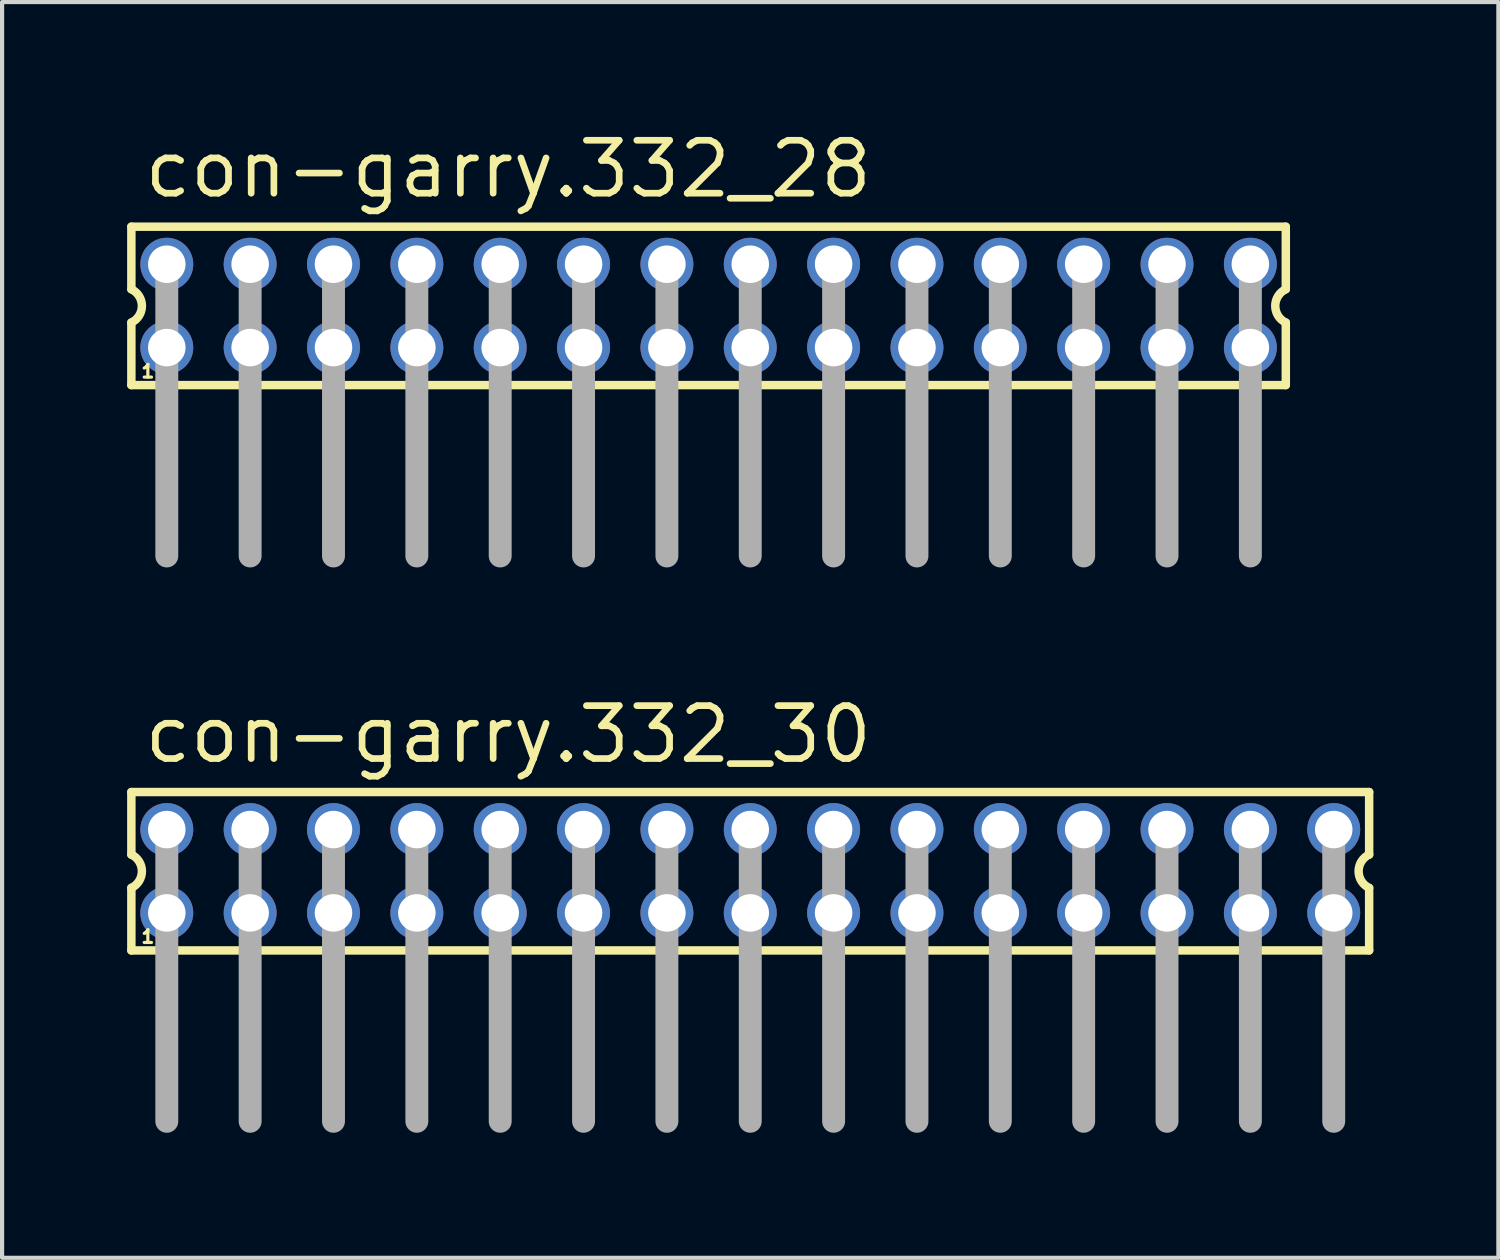
<source format=kicad_pcb>
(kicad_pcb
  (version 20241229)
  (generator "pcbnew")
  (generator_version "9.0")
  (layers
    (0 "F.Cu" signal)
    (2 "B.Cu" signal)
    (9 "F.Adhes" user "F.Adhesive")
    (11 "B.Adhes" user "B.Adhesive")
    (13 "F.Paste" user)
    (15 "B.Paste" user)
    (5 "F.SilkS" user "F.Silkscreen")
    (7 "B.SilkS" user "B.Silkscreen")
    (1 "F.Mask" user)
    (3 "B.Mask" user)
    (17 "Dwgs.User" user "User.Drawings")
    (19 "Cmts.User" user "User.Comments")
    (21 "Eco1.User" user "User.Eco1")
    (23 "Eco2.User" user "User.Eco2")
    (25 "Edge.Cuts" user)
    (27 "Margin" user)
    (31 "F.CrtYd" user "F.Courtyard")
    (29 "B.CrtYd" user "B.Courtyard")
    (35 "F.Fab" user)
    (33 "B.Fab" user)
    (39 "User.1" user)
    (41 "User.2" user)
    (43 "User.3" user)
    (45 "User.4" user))
  (footprint "con-garry.332_30"
    (layer "F.Cu")
    (at 14.952 17.855)
    (property "Reference" "con-garry.332_30" (at -14.62 -2.54 0) (layer "F.SilkS") (effects (font (size 1.27 1.27) (thickness 0.16)) (justify left bottom)))
    (attr through_hole)
    (fp_line (start -14.85 -1.9) (end -14.85 -0.4) (stroke (width 0.203) (type default)) (layer "F.SilkS"))
    (fp_line (start -14.85 0.4) (end -14.85 1.9) (stroke (width 0.203) (type default)) (layer "F.SilkS"))
    (fp_line (start -14.85 1.9) (end 14.85 1.9) (stroke (width 0.203) (type default)) (layer "F.SilkS"))
    (fp_line (start 14.85 -1.9) (end -14.85 -1.9) (stroke (width 0.203) (type default)) (layer "F.SilkS"))
    (fp_line (start 14.85 -0.4) (end 14.85 -1.9) (stroke (width 0.203) (type default)) (layer "F.SilkS"))
    (fp_line (start 14.85 1.9) (end 14.85 0.4) (stroke (width 0.203) (type default)) (layer "F.SilkS"))
    (fp_arc (start -14.85 -0.4) (mid -14.597167 0) (end -14.85 0.4) (stroke (width 0.2032) (type default)) (layer "F.SilkS"))
    (fp_arc (start 14.85 0.4) (mid 14.597167 0) (end 14.85 -0.4) (stroke (width 0.2032) (type default)) (layer "F.SilkS"))
    (fp_line (start -14 -1) (end -14 6) (stroke (width 0.55) (type default)) (layer "F.Fab"))
    (fp_line (start -12 -1) (end -12 6) (stroke (width 0.55) (type default)) (layer "F.Fab"))
    (fp_line (start -10 -1) (end -10 6) (stroke (width 0.55) (type default)) (layer "F.Fab"))
    (fp_line (start -8 -1) (end -8 6) (stroke (width 0.55) (type default)) (layer "F.Fab"))
    (fp_line (start -6 -1) (end -6 6) (stroke (width 0.55) (type default)) (layer "F.Fab"))
    (fp_line (start -4 -1) (end -4 6) (stroke (width 0.55) (type default)) (layer "F.Fab"))
    (fp_line (start -2 -1) (end -2 6) (stroke (width 0.55) (type default)) (layer "F.Fab"))
    (fp_line (start 0 -1) (end 0 6) (stroke (width 0.55) (type default)) (layer "F.Fab"))
    (fp_line (start 2 -1) (end 2 6) (stroke (width 0.55) (type default)) (layer "F.Fab"))
    (fp_line (start 4 -1) (end 4 6) (stroke (width 0.55) (type default)) (layer "F.Fab"))
    (fp_line (start 6 -1) (end 6 6) (stroke (width 0.55) (type default)) (layer "F.Fab"))
    (fp_line (start 8 -1) (end 8 6) (stroke (width 0.55) (type default)) (layer "F.Fab"))
    (fp_line (start 10 -1) (end 10 6) (stroke (width 0.55) (type default)) (layer "F.Fab"))
    (fp_line (start 12 -1) (end 12 6) (stroke (width 0.55) (type default)) (layer "F.Fab"))
    (fp_line (start 14 -1) (end 14 6) (stroke (width 0.55) (type default)) (layer "F.Fab"))
    (fp_rect (start -14.25 -0.75) (end -13.75 -1.25) (stroke (width 0.05) (type default)) (fill no) (layer "F.Fab"))
    (fp_rect (start -14.25 1.25) (end -13.75 0.75) (stroke (width 0.05) (type default)) (fill no) (layer "F.Fab"))
    (fp_rect (start -12.25 -0.75) (end -11.75 -1.25) (stroke (width 0.05) (type default)) (fill no) (layer "F.Fab"))
    (fp_rect (start -12.25 1.25) (end -11.75 0.75) (stroke (width 0.05) (type default)) (fill no) (layer "F.Fab"))
    (fp_rect (start -10.25 -0.75) (end -9.75 -1.25) (stroke (width 0.05) (type default)) (fill no) (layer "F.Fab"))
    (fp_rect (start -10.25 1.25) (end -9.75 0.75) (stroke (width 0.05) (type default)) (fill no) (layer "F.Fab"))
    (fp_rect (start -8.25 -0.75) (end -7.75 -1.25) (stroke (width 0.05) (type default)) (fill no) (layer "F.Fab"))
    (fp_rect (start -8.25 1.25) (end -7.75 0.75) (stroke (width 0.05) (type default)) (fill no) (layer "F.Fab"))
    (fp_rect (start -6.25 -0.75) (end -5.75 -1.25) (stroke (width 0.05) (type default)) (fill no) (layer "F.Fab"))
    (fp_rect (start -6.25 1.25) (end -5.75 0.75) (stroke (width 0.05) (type default)) (fill no) (layer "F.Fab"))
    (fp_rect (start -4.25 -0.75) (end -3.75 -1.25) (stroke (width 0.05) (type default)) (fill no) (layer "F.Fab"))
    (fp_rect (start -4.25 1.25) (end -3.75 0.75) (stroke (width 0.05) (type default)) (fill no) (layer "F.Fab"))
    (fp_rect (start -2.25 -0.75) (end -1.75 -1.25) (stroke (width 0.05) (type default)) (fill no) (layer "F.Fab"))
    (fp_rect (start -2.25 1.25) (end -1.75 0.75) (stroke (width 0.05) (type default)) (fill no) (layer "F.Fab"))
    (fp_rect (start -0.25 -0.75) (end 0.25 -1.25) (stroke (width 0.05) (type default)) (fill no) (layer "F.Fab"))
    (fp_rect (start -0.25 1.25) (end 0.25 0.75) (stroke (width 0.05) (type default)) (fill no) (layer "F.Fab"))
    (fp_rect (start 1.75 -0.75) (end 2.25 -1.25) (stroke (width 0.05) (type default)) (fill no) (layer "F.Fab"))
    (fp_rect (start 1.75 1.25) (end 2.25 0.75) (stroke (width 0.05) (type default)) (fill no) (layer "F.Fab"))
    (fp_rect (start 3.75 -0.75) (end 4.25 -1.25) (stroke (width 0.05) (type default)) (fill no) (layer "F.Fab"))
    (fp_rect (start 3.75 1.25) (end 4.25 0.75) (stroke (width 0.05) (type default)) (fill no) (layer "F.Fab"))
    (fp_rect (start 5.75 -0.75) (end 6.25 -1.25) (stroke (width 0.05) (type default)) (fill no) (layer "F.Fab"))
    (fp_rect (start 5.75 1.25) (end 6.25 0.75) (stroke (width 0.05) (type default)) (fill no) (layer "F.Fab"))
    (fp_rect (start 7.75 -0.75) (end 8.25 -1.25) (stroke (width 0.05) (type default)) (fill no) (layer "F.Fab"))
    (fp_rect (start 7.75 1.25) (end 8.25 0.75) (stroke (width 0.05) (type default)) (fill no) (layer "F.Fab"))
    (fp_rect (start 9.75 -0.75) (end 10.25 -1.25) (stroke (width 0.05) (type default)) (fill no) (layer "F.Fab"))
    (fp_rect (start 9.75 1.25) (end 10.25 0.75) (stroke (width 0.05) (type default)) (fill no) (layer "F.Fab"))
    (fp_rect (start 11.75 -0.75) (end 12.25 -1.25) (stroke (width 0.05) (type default)) (fill no) (layer "F.Fab"))
    (fp_rect (start 11.75 1.25) (end 12.25 0.75) (stroke (width 0.05) (type default)) (fill no) (layer "F.Fab"))
    (fp_rect (start 13.75 -0.75) (end 14.25 -1.25) (stroke (width 0.05) (type default)) (fill no) (layer "F.Fab"))
    (fp_rect (start 13.75 1.25) (end 14.25 0.75) (stroke (width 0.05) (type default)) (fill no) (layer "F.Fab"))
    (fp_text user "1" (at -14.65 1.75 0) (layer "F.SilkS") (effects (font (size 0.305 0.305) (thickness 0.15)) (justify left bottom)))
    (pad "1" thru_hole circle (at -14 1) (size 1.27 1.27) (drill 0.9) (layers "*.Cu" "*.Mask"))
    (pad "2" thru_hole circle (at -14 -1) (size 1.27 1.27) (drill 0.9) (layers "*.Cu" "*.Mask"))
    (pad "3" thru_hole circle (at -12 1) (size 1.27 1.27) (drill 0.9) (layers "*.Cu" "*.Mask"))
    (pad "4" thru_hole circle (at -12 -1) (size 1.27 1.27) (drill 0.9) (layers "*.Cu" "*.Mask"))
    (pad "5" thru_hole circle (at -10 1) (size 1.27 1.27) (drill 0.9) (layers "*.Cu" "*.Mask"))
    (pad "6" thru_hole circle (at -10 -1) (size 1.27 1.27) (drill 0.9) (layers "*.Cu" "*.Mask"))
    (pad "7" thru_hole circle (at -8 1) (size 1.27 1.27) (drill 0.9) (layers "*.Cu" "*.Mask"))
    (pad "8" thru_hole circle (at -8 -1) (size 1.27 1.27) (drill 0.9) (layers "*.Cu" "*.Mask"))
    (pad "9" thru_hole circle (at -6 1) (size 1.27 1.27) (drill 0.9) (layers "*.Cu" "*.Mask"))
    (pad "10" thru_hole circle (at -6 -1) (size 1.27 1.27) (drill 0.9) (layers "*.Cu" "*.Mask"))
    (pad "11" thru_hole circle (at -4 1) (size 1.27 1.27) (drill 0.9) (layers "*.Cu" "*.Mask"))
    (pad "12" thru_hole circle (at -4 -1) (size 1.27 1.27) (drill 0.9) (layers "*.Cu" "*.Mask"))
    (pad "13" thru_hole circle (at -2 1) (size 1.27 1.27) (drill 0.9) (layers "*.Cu" "*.Mask"))
    (pad "14" thru_hole circle (at -2 -1) (size 1.27 1.27) (drill 0.9) (layers "*.Cu" "*.Mask"))
    (pad "15" thru_hole circle (at 0 1) (size 1.27 1.27) (drill 0.9) (layers "*.Cu" "*.Mask"))
    (pad "16" thru_hole circle (at 0 -1) (size 1.27 1.27) (drill 0.9) (layers "*.Cu" "*.Mask"))
    (pad "17" thru_hole circle (at 2 1) (size 1.27 1.27) (drill 0.9) (layers "*.Cu" "*.Mask"))
    (pad "18" thru_hole circle (at 2 -1) (size 1.27 1.27) (drill 0.9) (layers "*.Cu" "*.Mask"))
    (pad "19" thru_hole circle (at 4 1) (size 1.27 1.27) (drill 0.9) (layers "*.Cu" "*.Mask"))
    (pad "20" thru_hole circle (at 4 -1) (size 1.27 1.27) (drill 0.9) (layers "*.Cu" "*.Mask"))
    (pad "21" thru_hole circle (at 6 1) (size 1.27 1.27) (drill 0.9) (layers "*.Cu" "*.Mask"))
    (pad "22" thru_hole circle (at 6 -1) (size 1.27 1.27) (drill 0.9) (layers "*.Cu" "*.Mask"))
    (pad "23" thru_hole circle (at 8 1) (size 1.27 1.27) (drill 0.9) (layers "*.Cu" "*.Mask"))
    (pad "24" thru_hole circle (at 8 -1) (size 1.27 1.27) (drill 0.9) (layers "*.Cu" "*.Mask"))
    (pad "25" thru_hole circle (at 10 1) (size 1.27 1.27) (drill 0.9) (layers "*.Cu" "*.Mask"))
    (pad "26" thru_hole circle (at 10 -1) (size 1.27 1.27) (drill 0.9) (layers "*.Cu" "*.Mask"))
    (pad "27" thru_hole circle (at 12 1) (size 1.27 1.27) (drill 0.9) (layers "*.Cu" "*.Mask"))
    (pad "28" thru_hole circle (at 12 -1) (size 1.27 1.27) (drill 0.9) (layers "*.Cu" "*.Mask"))
    (pad "29" thru_hole circle (at 14 1) (size 1.27 1.27) (drill 0.9) (layers "*.Cu" "*.Mask"))
    (pad "30" thru_hole circle (at 14 -1) (size 1.27 1.27) (drill 0.9) (layers "*.Cu" "*.Mask")))
  (footprint "con-garry.332_28"
    (layer "F.Cu")
    (at 13.952 4.29)
    (property "Reference" "con-garry.332_28" (at -13.62 -2.54 0) (layer "F.SilkS") (effects (font (size 1.27 1.27) (thickness 0.16)) (justify left bottom)))
    (attr through_hole)
    (fp_line (start -13.85 -1.9) (end -13.85 -0.4) (stroke (width 0.203) (type default)) (layer "F.SilkS"))
    (fp_line (start -13.85 0.4) (end -13.85 1.9) (stroke (width 0.203) (type default)) (layer "F.SilkS"))
    (fp_line (start -13.85 1.9) (end 13.85 1.9) (stroke (width 0.203) (type default)) (layer "F.SilkS"))
    (fp_line (start 13.85 -1.9) (end -13.85 -1.9) (stroke (width 0.203) (type default)) (layer "F.SilkS"))
    (fp_line (start 13.85 -0.4) (end 13.85 -1.9) (stroke (width 0.203) (type default)) (layer "F.SilkS"))
    (fp_line (start 13.85 1.9) (end 13.85 0.4) (stroke (width 0.203) (type default)) (layer "F.SilkS"))
    (fp_arc (start -13.85 -0.4) (mid -13.597167 0) (end -13.85 0.4) (stroke (width 0.2032) (type default)) (layer "F.SilkS"))
    (fp_arc (start 13.85 0.4) (mid 13.597167 0) (end 13.85 -0.4) (stroke (width 0.2032) (type default)) (layer "F.SilkS"))
    (fp_line (start -13 -1) (end -13 6) (stroke (width 0.55) (type default)) (layer "F.Fab"))
    (fp_line (start -11 -1) (end -11 6) (stroke (width 0.55) (type default)) (layer "F.Fab"))
    (fp_line (start -9 -1) (end -9 6) (stroke (width 0.55) (type default)) (layer "F.Fab"))
    (fp_line (start -7 -1) (end -7 6) (stroke (width 0.55) (type default)) (layer "F.Fab"))
    (fp_line (start -5 -1) (end -5 6) (stroke (width 0.55) (type default)) (layer "F.Fab"))
    (fp_line (start -3 -1) (end -3 6) (stroke (width 0.55) (type default)) (layer "F.Fab"))
    (fp_line (start -1 -1) (end -1 6) (stroke (width 0.55) (type default)) (layer "F.Fab"))
    (fp_line (start 1 -1) (end 1 6) (stroke (width 0.55) (type default)) (layer "F.Fab"))
    (fp_line (start 3 -1) (end 3 6) (stroke (width 0.55) (type default)) (layer "F.Fab"))
    (fp_line (start 5 -1) (end 5 6) (stroke (width 0.55) (type default)) (layer "F.Fab"))
    (fp_line (start 7 -1) (end 7 6) (stroke (width 0.55) (type default)) (layer "F.Fab"))
    (fp_line (start 9 -1) (end 9 6) (stroke (width 0.55) (type default)) (layer "F.Fab"))
    (fp_line (start 11 -1) (end 11 6) (stroke (width 0.55) (type default)) (layer "F.Fab"))
    (fp_line (start 13 -1) (end 13 6) (stroke (width 0.55) (type default)) (layer "F.Fab"))
    (fp_rect (start -13.25 -0.75) (end -12.75 -1.25) (stroke (width 0.05) (type default)) (fill no) (layer "F.Fab"))
    (fp_rect (start -13.25 1.25) (end -12.75 0.75) (stroke (width 0.05) (type default)) (fill no) (layer "F.Fab"))
    (fp_rect (start -11.25 -0.75) (end -10.75 -1.25) (stroke (width 0.05) (type default)) (fill no) (layer "F.Fab"))
    (fp_rect (start -11.25 1.25) (end -10.75 0.75) (stroke (width 0.05) (type default)) (fill no) (layer "F.Fab"))
    (fp_rect (start -9.25 -0.75) (end -8.75 -1.25) (stroke (width 0.05) (type default)) (fill no) (layer "F.Fab"))
    (fp_rect (start -9.25 1.25) (end -8.75 0.75) (stroke (width 0.05) (type default)) (fill no) (layer "F.Fab"))
    (fp_rect (start -7.25 -0.75) (end -6.75 -1.25) (stroke (width 0.05) (type default)) (fill no) (layer "F.Fab"))
    (fp_rect (start -7.25 1.25) (end -6.75 0.75) (stroke (width 0.05) (type default)) (fill no) (layer "F.Fab"))
    (fp_rect (start -5.25 -0.75) (end -4.75 -1.25) (stroke (width 0.05) (type default)) (fill no) (layer "F.Fab"))
    (fp_rect (start -5.25 1.25) (end -4.75 0.75) (stroke (width 0.05) (type default)) (fill no) (layer "F.Fab"))
    (fp_rect (start -3.25 -0.75) (end -2.75 -1.25) (stroke (width 0.05) (type default)) (fill no) (layer "F.Fab"))
    (fp_rect (start -3.25 1.25) (end -2.75 0.75) (stroke (width 0.05) (type default)) (fill no) (layer "F.Fab"))
    (fp_rect (start -1.25 -0.75) (end -0.75 -1.25) (stroke (width 0.05) (type default)) (fill no) (layer "F.Fab"))
    (fp_rect (start -1.25 1.25) (end -0.75 0.75) (stroke (width 0.05) (type default)) (fill no) (layer "F.Fab"))
    (fp_rect (start 0.75 -0.75) (end 1.25 -1.25) (stroke (width 0.05) (type default)) (fill no) (layer "F.Fab"))
    (fp_rect (start 0.75 1.25) (end 1.25 0.75) (stroke (width 0.05) (type default)) (fill no) (layer "F.Fab"))
    (fp_rect (start 2.75 -0.75) (end 3.25 -1.25) (stroke (width 0.05) (type default)) (fill no) (layer "F.Fab"))
    (fp_rect (start 2.75 1.25) (end 3.25 0.75) (stroke (width 0.05) (type default)) (fill no) (layer "F.Fab"))
    (fp_rect (start 4.75 -0.75) (end 5.25 -1.25) (stroke (width 0.05) (type default)) (fill no) (layer "F.Fab"))
    (fp_rect (start 4.75 1.25) (end 5.25 0.75) (stroke (width 0.05) (type default)) (fill no) (layer "F.Fab"))
    (fp_rect (start 6.75 -0.75) (end 7.25 -1.25) (stroke (width 0.05) (type default)) (fill no) (layer "F.Fab"))
    (fp_rect (start 6.75 1.25) (end 7.25 0.75) (stroke (width 0.05) (type default)) (fill no) (layer "F.Fab"))
    (fp_rect (start 8.75 -0.75) (end 9.25 -1.25) (stroke (width 0.05) (type default)) (fill no) (layer "F.Fab"))
    (fp_rect (start 8.75 1.25) (end 9.25 0.75) (stroke (width 0.05) (type default)) (fill no) (layer "F.Fab"))
    (fp_rect (start 10.75 -0.75) (end 11.25 -1.25) (stroke (width 0.05) (type default)) (fill no) (layer "F.Fab"))
    (fp_rect (start 10.75 1.25) (end 11.25 0.75) (stroke (width 0.05) (type default)) (fill no) (layer "F.Fab"))
    (fp_rect (start 12.75 -0.75) (end 13.25 -1.25) (stroke (width 0.05) (type default)) (fill no) (layer "F.Fab"))
    (fp_rect (start 12.75 1.25) (end 13.25 0.75) (stroke (width 0.05) (type default)) (fill no) (layer "F.Fab"))
    (fp_text user "1" (at -13.65 1.75 0) (layer "F.SilkS") (effects (font (size 0.305 0.305) (thickness 0.15)) (justify left bottom)))
    (pad "1" thru_hole circle (at -13 1) (size 1.27 1.27) (drill 0.9) (layers "*.Cu" "*.Mask"))
    (pad "2" thru_hole circle (at -13 -1) (size 1.27 1.27) (drill 0.9) (layers "*.Cu" "*.Mask"))
    (pad "3" thru_hole circle (at -11 1) (size 1.27 1.27) (drill 0.9) (layers "*.Cu" "*.Mask"))
    (pad "4" thru_hole circle (at -11 -1) (size 1.27 1.27) (drill 0.9) (layers "*.Cu" "*.Mask"))
    (pad "5" thru_hole circle (at -9 1) (size 1.27 1.27) (drill 0.9) (layers "*.Cu" "*.Mask"))
    (pad "6" thru_hole circle (at -9 -1) (size 1.27 1.27) (drill 0.9) (layers "*.Cu" "*.Mask"))
    (pad "7" thru_hole circle (at -7 1) (size 1.27 1.27) (drill 0.9) (layers "*.Cu" "*.Mask"))
    (pad "8" thru_hole circle (at -7 -1) (size 1.27 1.27) (drill 0.9) (layers "*.Cu" "*.Mask"))
    (pad "9" thru_hole circle (at -5 1) (size 1.27 1.27) (drill 0.9) (layers "*.Cu" "*.Mask"))
    (pad "10" thru_hole circle (at -5 -1) (size 1.27 1.27) (drill 0.9) (layers "*.Cu" "*.Mask"))
    (pad "11" thru_hole circle (at -3 1) (size 1.27 1.27) (drill 0.9) (layers "*.Cu" "*.Mask"))
    (pad "12" thru_hole circle (at -3 -1) (size 1.27 1.27) (drill 0.9) (layers "*.Cu" "*.Mask"))
    (pad "13" thru_hole circle (at -1 1) (size 1.27 1.27) (drill 0.9) (layers "*.Cu" "*.Mask"))
    (pad "14" thru_hole circle (at -1 -1) (size 1.27 1.27) (drill 0.9) (layers "*.Cu" "*.Mask"))
    (pad "15" thru_hole circle (at 1 1) (size 1.27 1.27) (drill 0.9) (layers "*.Cu" "*.Mask"))
    (pad "16" thru_hole circle (at 1 -1) (size 1.27 1.27) (drill 0.9) (layers "*.Cu" "*.Mask"))
    (pad "17" thru_hole circle (at 3 1) (size 1.27 1.27) (drill 0.9) (layers "*.Cu" "*.Mask"))
    (pad "18" thru_hole circle (at 3 -1) (size 1.27 1.27) (drill 0.9) (layers "*.Cu" "*.Mask"))
    (pad "19" thru_hole circle (at 5 1) (size 1.27 1.27) (drill 0.9) (layers "*.Cu" "*.Mask"))
    (pad "20" thru_hole circle (at 5 -1) (size 1.27 1.27) (drill 0.9) (layers "*.Cu" "*.Mask"))
    (pad "21" thru_hole circle (at 7 1) (size 1.27 1.27) (drill 0.9) (layers "*.Cu" "*.Mask"))
    (pad "22" thru_hole circle (at 7 -1) (size 1.27 1.27) (drill 0.9) (layers "*.Cu" "*.Mask"))
    (pad "23" thru_hole circle (at 9 1) (size 1.27 1.27) (drill 0.9) (layers "*.Cu" "*.Mask"))
    (pad "24" thru_hole circle (at 9 -1) (size 1.27 1.27) (drill 0.9) (layers "*.Cu" "*.Mask"))
    (pad "25" thru_hole circle (at 11 1) (size 1.27 1.27) (drill 0.9) (layers "*.Cu" "*.Mask"))
    (pad "26" thru_hole circle (at 11 -1) (size 1.27 1.27) (drill 0.9) (layers "*.Cu" "*.Mask"))
    (pad "27" thru_hole circle (at 13 1) (size 1.27 1.27) (drill 0.9) (layers "*.Cu" "*.Mask"))
    (pad "28" thru_hole circle (at 13 -1) (size 1.27 1.27) (drill 0.9) (layers "*.Cu" "*.Mask")))
  (gr_rect
    (start -3 -3)
    (end 32.903 27.13)
    (stroke (width 0.1) (type default))
    (fill no)
    (layer "Edge.Cuts")))
</source>
